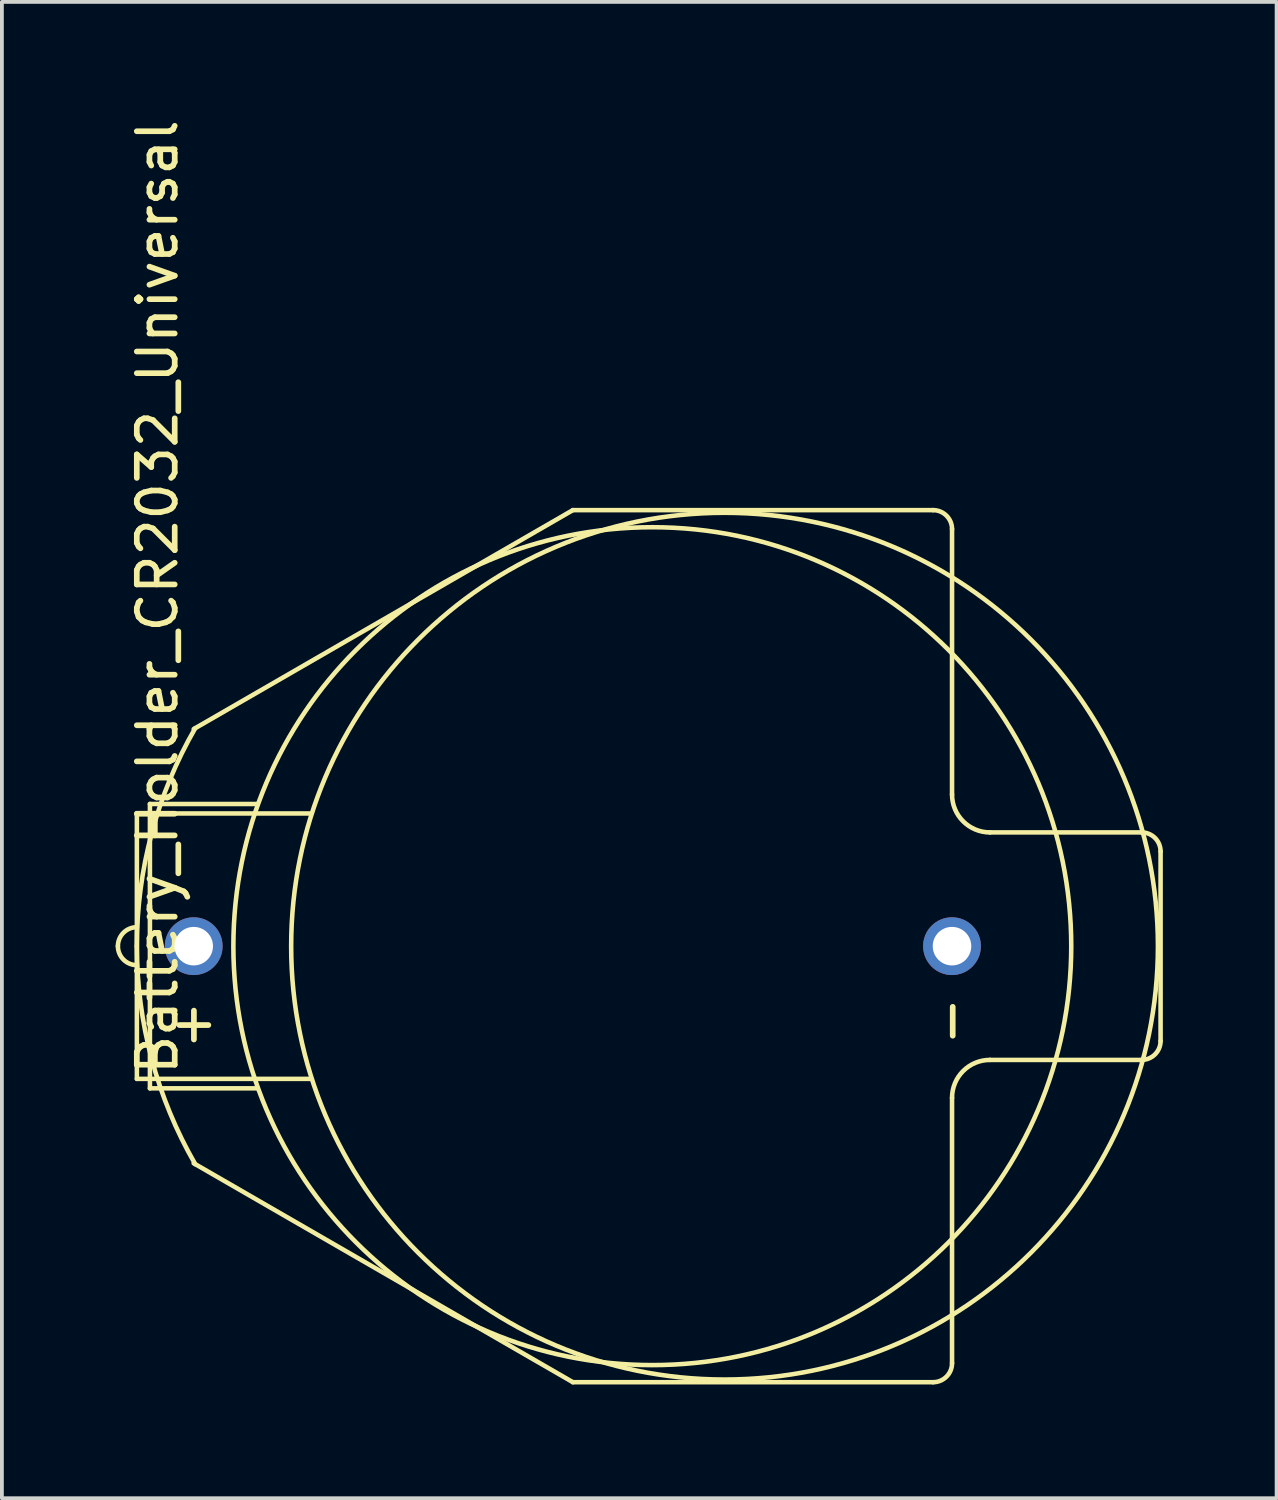
<source format=kicad_pcb>
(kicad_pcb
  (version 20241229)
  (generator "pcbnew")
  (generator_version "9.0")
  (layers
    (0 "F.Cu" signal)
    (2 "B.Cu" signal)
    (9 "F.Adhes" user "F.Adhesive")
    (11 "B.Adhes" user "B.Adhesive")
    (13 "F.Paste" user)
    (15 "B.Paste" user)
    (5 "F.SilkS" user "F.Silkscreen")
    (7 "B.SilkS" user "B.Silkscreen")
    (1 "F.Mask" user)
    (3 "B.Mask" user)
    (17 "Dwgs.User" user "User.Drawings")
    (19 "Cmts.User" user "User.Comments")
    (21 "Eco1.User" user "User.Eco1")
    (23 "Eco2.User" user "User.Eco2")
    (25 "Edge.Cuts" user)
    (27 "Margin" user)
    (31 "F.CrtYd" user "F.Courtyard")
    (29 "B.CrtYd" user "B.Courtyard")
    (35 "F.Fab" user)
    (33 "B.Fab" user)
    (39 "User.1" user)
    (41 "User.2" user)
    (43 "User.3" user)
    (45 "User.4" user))
  (footprint "Battery_Holder_CR2032_Universal"
    (layer "F.Cu")
    (at 16.059 21.904)
    (property "Reference" "Battery_Holder_CR2032_Universal" (at -14.956 -9.207 270) (layer "F.SilkS") (effects (font (size 1 1) (thickness 0.15))))
    (attr through_hole)
    (fp_line (start -15.499 -3.5) (end -15.499 3.5) (stroke (width 0.12) (type solid)) (layer "F.SilkS"))
    (fp_line (start -15.499 3.5) (end -10.922 3.5) (stroke (width 0.12) (type solid)) (layer "F.SilkS"))
    (fp_line (start -15.155 -3.75) (end -15.155 3.75) (stroke (width 0.12) (type solid)) (layer "F.SilkS"))
    (fp_line (start -15.155 -3.75) (end -12.319 -3.75) (stroke (width 0.12) (type solid)) (layer "F.SilkS"))
    (fp_line (start -15.155 3.75) (end -12.319 3.75) (stroke (width 0.12) (type solid)) (layer "F.SilkS"))
    (fp_line (start -14 -5.726) (end -4 -11.5) (stroke (width 0.12) (type solid)) (layer "F.SilkS"))
    (fp_line (start -14 5.726) (end -4 11.5) (stroke (width 0.12) (type solid)) (layer "F.SilkS"))
    (fp_line (start -10.922 -3.5) (end -15.499 -3.5) (stroke (width 0.12) (type solid)) (layer "F.SilkS"))
    (fp_line (start -4 -11.5) (end 5.5 -11.5) (stroke (width 0.12) (type solid)) (layer "F.SilkS"))
    (fp_line (start -4 11.5) (end 5.5 11.5) (stroke (width 0.12) (type solid)) (layer "F.SilkS"))
    (fp_line (start 6 -4) (end 6 -11) (stroke (width 0.12) (type solid)) (layer "F.SilkS"))
    (fp_line (start 6 11) (end 6 4) (stroke (width 0.12) (type solid)) (layer "F.SilkS"))
    (fp_line (start 7 -3) (end 11 -3) (stroke (width 0.12) (type solid)) (layer "F.SilkS"))
    (fp_line (start 7 3) (end 11 3) (stroke (width 0.12) (type solid)) (layer "F.SilkS"))
    (fp_line (start 11.5 -2.5) (end 11.5 2.5) (stroke (width 0.12) (type solid)) (layer "F.SilkS"))
    (fp_arc (start -15.99946 0) (mid -15.852902 -0.353822) (end -15.49908 -0.50038) (stroke (width 0.12) (type solid)) (layer "F.SilkS"))
    (fp_arc (start -15.5 0) (mid -15.108147 -2.976419) (end -13.959292 -5.75) (stroke (width 0.12) (type solid)) (layer "F.SilkS"))
    (fp_arc (start -15.49908 0.50038) (mid -15.852902 0.353822) (end -15.99946 0) (stroke (width 0.12) (type solid)) (layer "F.SilkS"))
    (fp_arc (start -13.959292 5.75) (mid -15.108147 2.976419) (end -15.5 0) (stroke (width 0.12) (type solid)) (layer "F.SilkS"))
    (fp_arc (start 5.5 -11.5) (mid 5.853553 -11.353553) (end 6 -11) (stroke (width 0.12) (type solid)) (layer "F.SilkS"))
    (fp_arc (start 6 4) (mid 6.292893 3.292893) (end 7 3) (stroke (width 0.12) (type solid)) (layer "F.SilkS"))
    (fp_arc (start 6 11) (mid 5.853553 11.353553) (end 5.5 11.5) (stroke (width 0.12) (type solid)) (layer "F.SilkS"))
    (fp_arc (start 7 -3) (mid 6.292893 -3.292893) (end 6 -4) (stroke (width 0.12) (type solid)) (layer "F.SilkS"))
    (fp_arc (start 11 -3) (mid 11.353553 -2.853553) (end 11.5 -2.5) (stroke (width 0.12) (type solid)) (layer "F.SilkS"))
    (fp_arc (start 11.5 2.5) (mid 11.353553 2.853553) (end 11 3) (stroke (width 0.12) (type solid)) (layer "F.SilkS"))
    (fp_circle (center -1.905 0) (end 9.144 0) (stroke (width 0.12) (type solid)) (fill no) (layer "F.SilkS"))
    (fp_circle (center 0 0) (end 11.43 0) (stroke (width 0.12) (type solid)) (fill no) (layer "F.SilkS"))
    (fp_text user "-" (at 5.944 1.981 90) (layer "F.SilkS") (effects (font (size 1 1) (thickness 0.15))))
    (fp_text user "+" (at -13.995 2.007 180) (layer "F.SilkS") (effects (font (size 1 1) (thickness 0.15))))
    (pad "1" thru_hole circle (at -14 0) (size 1.524 1.524) (drill 1.016) (layers "*.Cu" "*.Mask"))
    (pad "2" thru_hole circle (at 5.999 0) (size 1.524 1.524) (drill 1.016) (layers "*.Cu" "*.Mask")))
  (gr_rect
    (start -3 -3)
    (end 30.619 36.464)
    (stroke (width 0.1) (type default))
    (fill no)
    (layer "Edge.Cuts")))
</source>
